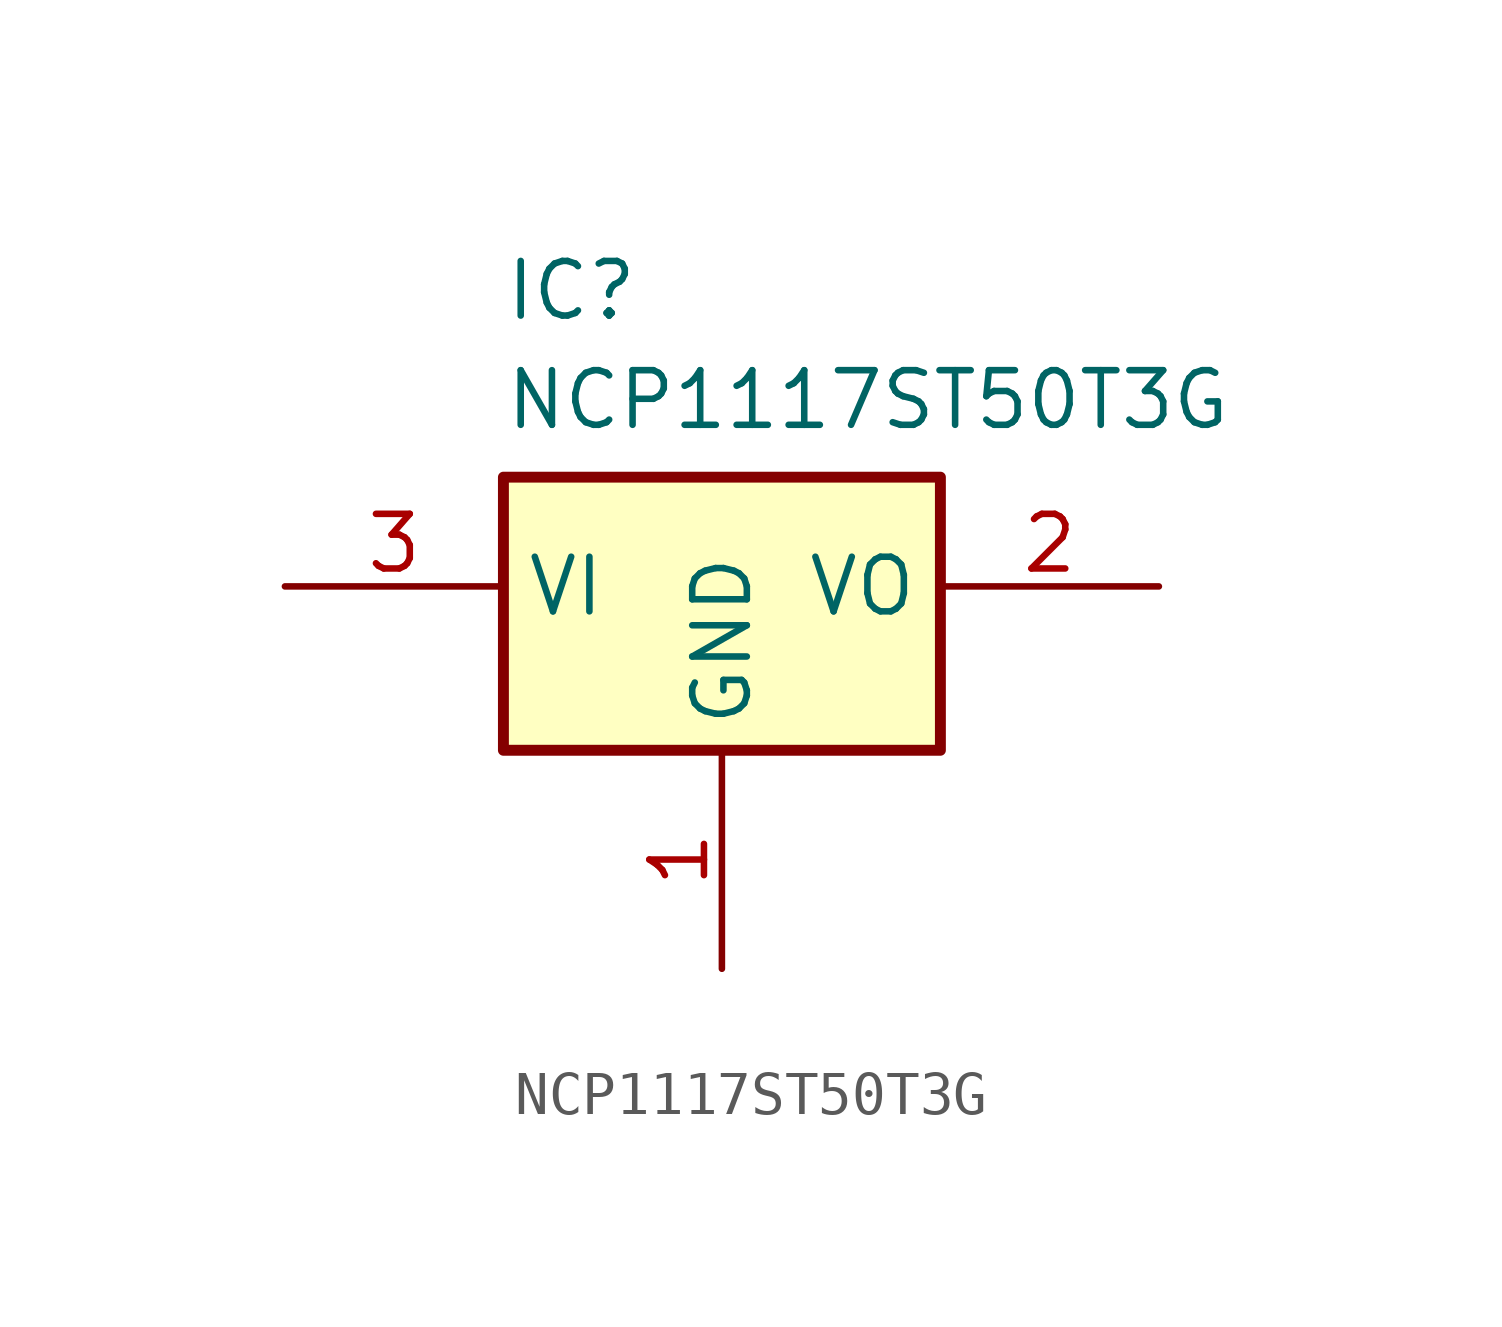
<source format=kicad_sym>
(kicad_symbol_lib
  (version 20220914)
  (generator kicad_symbol_editor)
  (symbol "NCP1117ST50T3G"
    (property "Reference" "IC"
      (at -5.08 7.62 0)
      (effects (font (size 1.27 1.27)) (justify left top)))
    (property "Value" "NCP1117ST50T3G"
      (at -5.08 5.08 0)
      (effects (font (size 1.27 1.27)) (justify left top)))
    (symbol "NCP1117ST50T3G_1_1"
      (rectangle (start -5.08 2.54) (end 5.08 -3.81) (stroke (width 0.254) (type default)) (fill (type background)))
      (pin passive line (at 0 -8.89 90) (length 5.08) (name "GND" (effects (font (size 1.27 1.27)))) (number "1" (effects (font (size 1.27 1.27)))))
      (pin passive line (at 10.16 0 180) (length 5.08) (name "VO" (effects (font (size 1.27 1.27)))) (number "2" (effects (font (size 1.27 1.27)))))
      (pin passive line (at -10.16 0 0) (length 5.08) (name "VI" (effects (font (size 1.27 1.27)))) (number "3" (effects (font (size 1.27 1.27))))))))
</source>
